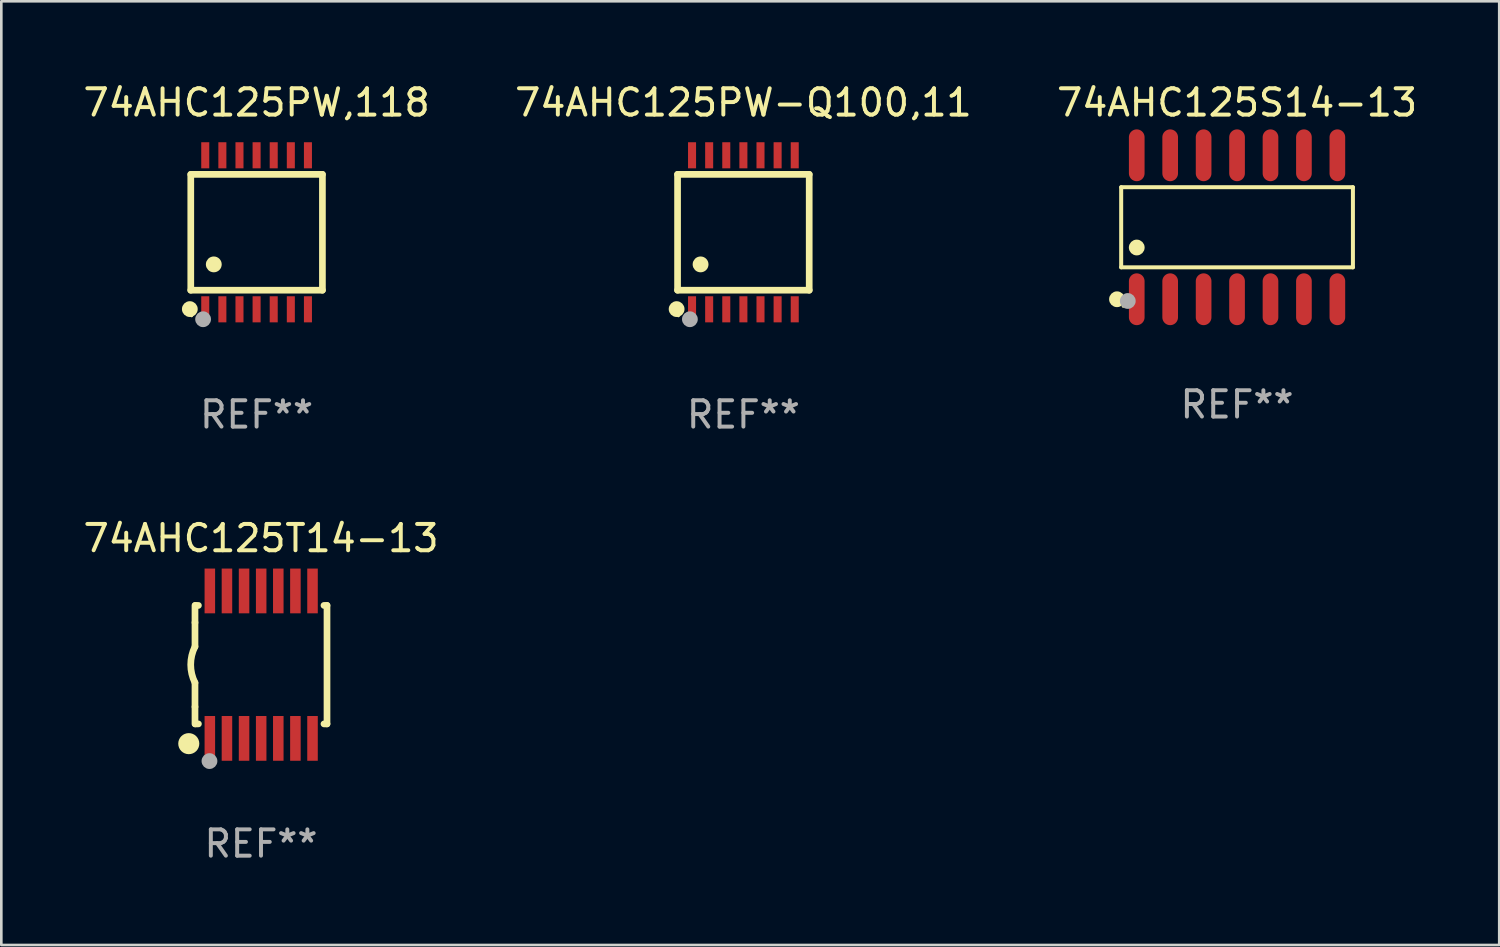
<source format=kicad_pcb>
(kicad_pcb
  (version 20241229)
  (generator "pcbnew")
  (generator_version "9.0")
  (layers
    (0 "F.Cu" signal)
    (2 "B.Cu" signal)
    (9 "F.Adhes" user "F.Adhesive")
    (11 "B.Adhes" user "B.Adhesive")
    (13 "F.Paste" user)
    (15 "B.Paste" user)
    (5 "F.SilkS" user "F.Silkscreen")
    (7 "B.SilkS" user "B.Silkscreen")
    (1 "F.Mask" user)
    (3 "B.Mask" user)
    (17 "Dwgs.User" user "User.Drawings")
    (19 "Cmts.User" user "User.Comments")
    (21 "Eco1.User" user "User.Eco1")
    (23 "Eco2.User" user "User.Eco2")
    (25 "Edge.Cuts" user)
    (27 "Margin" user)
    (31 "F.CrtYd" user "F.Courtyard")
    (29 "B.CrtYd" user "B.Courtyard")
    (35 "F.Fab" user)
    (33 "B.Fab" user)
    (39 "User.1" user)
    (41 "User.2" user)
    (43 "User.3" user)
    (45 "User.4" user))
  (footprint "74AHC125PW,118"
    (layer "F.Cu")
    (at 6.696 5.773)
    (property "Reference" "74AHC125PW,118" (at 0 -4.925 0) (layer "F.SilkS") (effects (font (size 1 1) (thickness 0.15))))
    (attr through_hole)
    (fp_line (start -2.5 2.2) (end -2.5 -2.2) (stroke (width 0.254) (type solid)) (layer "F.SilkS"))
    (fp_line (start -2.5 2.2) (end 2.5 2.2) (stroke (width 0.254) (type solid)) (layer "F.SilkS"))
    (fp_line (start 2.5 -2.2) (end -2.5 -2.2) (stroke (width 0.254) (type solid)) (layer "F.SilkS"))
    (fp_line (start 2.5 -2.2) (end 2.5 2.2) (stroke (width 0.254) (type solid)) (layer "F.SilkS"))
    (fp_circle (center -2.536 2.917) (end -2.386 2.917) (stroke (width 0.3) (type solid)) (fill no) (layer "F.SilkS"))
    (fp_circle (center -2.47 3.17) (end -2.44 3.17) (stroke (width 0.06) (type solid)) (fill no) (layer "F.SilkS"))
    (fp_circle (center -1.626 1.219) (end -1.475 1.219) (stroke (width 0.3) (type solid)) (fill no) (layer "F.SilkS"))
    (fp_circle (center -2.032 3.302) (end -1.882 3.302) (stroke (width 0.3) (type solid)) (fill no) (layer "F.Fab"))
    (fp_text user "REF**" (at 0 6.925 0) (layer "F.Fab") (effects (font (size 1 1) (thickness 0.15))))
    (pad "1" smd rect (at -1.95 2.925) (size 0.305 0.991) (layers "F.Cu" "F.Mask" "F.Paste"))
    (pad "2" smd rect (at -1.3 2.925) (size 0.305 0.991) (layers "F.Cu" "F.Mask" "F.Paste"))
    (pad "3" smd rect (at -0.65 2.925) (size 0.305 0.991) (layers "F.Cu" "F.Mask" "F.Paste"))
    (pad "4" smd rect (at 0 2.925) (size 0.305 0.991) (layers "F.Cu" "F.Mask" "F.Paste"))
    (pad "5" smd rect (at 0.65 2.925) (size 0.305 0.991) (layers "F.Cu" "F.Mask" "F.Paste"))
    (pad "6" smd rect (at 1.3 2.925) (size 0.305 0.991) (layers "F.Cu" "F.Mask" "F.Paste"))
    (pad "7" smd rect (at 1.95 2.925) (size 0.305 0.991) (layers "F.Cu" "F.Mask" "F.Paste"))
    (pad "8" smd rect (at 1.95 -2.925) (size 0.305 0.991) (layers "F.Cu" "F.Mask" "F.Paste"))
    (pad "9" smd rect (at 1.3 -2.925) (size 0.305 0.991) (layers "F.Cu" "F.Mask" "F.Paste"))
    (pad "10" smd rect (at 0.65 -2.925) (size 0.305 0.991) (layers "F.Cu" "F.Mask" "F.Paste"))
    (pad "11" smd rect (at 0 -2.925) (size 0.305 0.991) (layers "F.Cu" "F.Mask" "F.Paste"))
    (pad "12" smd rect (at -0.65 -2.925) (size 0.305 0.991) (layers "F.Cu" "F.Mask" "F.Paste"))
    (pad "13" smd rect (at -1.3 -2.925) (size 0.305 0.991) (layers "F.Cu" "F.Mask" "F.Paste"))
    (pad "14" smd rect (at -1.95 -2.925) (size 0.305 0.991) (layers "F.Cu" "F.Mask" "F.Paste")))
  (footprint "74AHC125PW-Q100,11"
    (layer "F.Cu")
    (at 25.185 5.773)
    (property "Reference" "74AHC125PW-Q100,11" (at 0 -4.925 0) (layer "F.SilkS") (effects (font (size 1 1) (thickness 0.15))))
    (attr through_hole)
    (fp_line (start -2.5 2.2) (end -2.5 -2.2) (stroke (width 0.254) (type solid)) (layer "F.SilkS"))
    (fp_line (start -2.5 2.2) (end 2.5 2.2) (stroke (width 0.254) (type solid)) (layer "F.SilkS"))
    (fp_line (start 2.5 -2.2) (end -2.5 -2.2) (stroke (width 0.254) (type solid)) (layer "F.SilkS"))
    (fp_line (start 2.5 -2.2) (end 2.5 2.2) (stroke (width 0.254) (type solid)) (layer "F.SilkS"))
    (fp_circle (center -2.536 2.917) (end -2.386 2.917) (stroke (width 0.3) (type solid)) (fill no) (layer "F.SilkS"))
    (fp_circle (center -2.47 3.17) (end -2.44 3.17) (stroke (width 0.06) (type solid)) (fill no) (layer "F.SilkS"))
    (fp_circle (center -1.626 1.219) (end -1.475 1.219) (stroke (width 0.3) (type solid)) (fill no) (layer "F.SilkS"))
    (fp_circle (center -2.032 3.302) (end -1.882 3.302) (stroke (width 0.3) (type solid)) (fill no) (layer "F.Fab"))
    (fp_text user "REF**" (at 0 6.925 0) (layer "F.Fab") (effects (font (size 1 1) (thickness 0.15))))
    (pad "1" smd rect (at -1.95 2.925) (size 0.305 0.991) (layers "F.Cu" "F.Mask" "F.Paste"))
    (pad "2" smd rect (at -1.3 2.925) (size 0.305 0.991) (layers "F.Cu" "F.Mask" "F.Paste"))
    (pad "3" smd rect (at -0.65 2.925) (size 0.305 0.991) (layers "F.Cu" "F.Mask" "F.Paste"))
    (pad "4" smd rect (at 0 2.925) (size 0.305 0.991) (layers "F.Cu" "F.Mask" "F.Paste"))
    (pad "5" smd rect (at 0.65 2.925) (size 0.305 0.991) (layers "F.Cu" "F.Mask" "F.Paste"))
    (pad "6" smd rect (at 1.3 2.925) (size 0.305 0.991) (layers "F.Cu" "F.Mask" "F.Paste"))
    (pad "7" smd rect (at 1.95 2.925) (size 0.305 0.991) (layers "F.Cu" "F.Mask" "F.Paste"))
    (pad "8" smd rect (at 1.95 -2.925) (size 0.305 0.991) (layers "F.Cu" "F.Mask" "F.Paste"))
    (pad "9" smd rect (at 1.3 -2.925) (size 0.305 0.991) (layers "F.Cu" "F.Mask" "F.Paste"))
    (pad "10" smd rect (at 0.65 -2.925) (size 0.305 0.991) (layers "F.Cu" "F.Mask" "F.Paste"))
    (pad "11" smd rect (at 0 -2.925) (size 0.305 0.991) (layers "F.Cu" "F.Mask" "F.Paste"))
    (pad "12" smd rect (at -0.65 -2.925) (size 0.305 0.991) (layers "F.Cu" "F.Mask" "F.Paste"))
    (pad "13" smd rect (at -1.3 -2.925) (size 0.305 0.991) (layers "F.Cu" "F.Mask" "F.Paste"))
    (pad "14" smd rect (at -1.95 -2.925) (size 0.305 0.991) (layers "F.Cu" "F.Mask" "F.Paste")))
  (footprint "74AHC125T14-13"
    (layer "F.Cu")
    (at 6.863 22.195)
    (property "Reference" "74AHC125T14-13" (at 0 -4.8 0) (layer "F.SilkS") (effects (font (size 1 1) (thickness 0.15))))
    (attr through_hole)
    (fp_line (start -2.507 -1.6) (end -2.507 -2.25) (stroke (width 0.254) (type solid)) (layer "F.SilkS"))
    (fp_line (start -2.507 -0.686) (end -2.507 -1.6) (stroke (width 0.254) (type solid)) (layer "F.SilkS"))
    (fp_line (start -2.507 1.6) (end -2.507 0.686) (stroke (width 0.254) (type solid)) (layer "F.SilkS"))
    (fp_line (start -2.507 1.6) (end -2.507 2.25) (stroke (width 0.254) (type solid)) (layer "F.SilkS"))
    (fp_line (start -2.493 -2.25) (end -2.377 -2.25) (stroke (width 0.254) (type solid)) (layer "F.SilkS"))
    (fp_line (start -2.377 2.25) (end -2.493 2.25) (stroke (width 0.254) (type solid)) (layer "F.SilkS"))
    (fp_line (start 2.392 -2.25) (end 2.507 -2.25) (stroke (width 0.254) (type solid)) (layer "F.SilkS"))
    (fp_line (start 2.507 -2.25) (end 2.507 2.25) (stroke (width 0.254) (type solid)) (layer "F.SilkS"))
    (fp_line (start 2.507 2.25) (end 2.392 2.25) (stroke (width 0.254) (type solid)) (layer "F.SilkS"))
    (fp_arc (start -2.507303 0.685802) (mid -2.669199 0) (end -2.507303 -0.685801) (stroke (width 0.254001) (type solid)) (layer "F.SilkS"))
    (fp_circle (center -2.743 3) (end -2.543 3) (stroke (width 0.4) (type solid)) (fill no) (layer "F.SilkS"))
    (fp_circle (center -2.493 3.2) (end -2.463 3.2) (stroke (width 0.06) (type solid)) (fill no) (layer "F.SilkS"))
    (fp_circle (center -1.957 3.662) (end -1.807 3.662) (stroke (width 0.3) (type solid)) (fill no) (layer "F.Fab"))
    (fp_text user "REF**" (at 0 6.8 0) (layer "F.Fab") (effects (font (size 1 1) (thickness 0.15))))
    (pad "1" smd rect (at -1.943 2.8) (size 0.4 1.7) (layers "F.Cu" "F.Mask" "F.Paste"))
    (pad "2" smd rect (at -1.293 2.8) (size 0.4 1.7) (layers "F.Cu" "F.Mask" "F.Paste"))
    (pad "3" smd rect (at -0.643 2.8) (size 0.4 1.7) (layers "F.Cu" "F.Mask" "F.Paste"))
    (pad "4" smd rect (at 0.007 2.8) (size 0.4 1.7) (layers "F.Cu" "F.Mask" "F.Paste"))
    (pad "5" smd rect (at 0.657 2.8) (size 0.4 1.7) (layers "F.Cu" "F.Mask" "F.Paste"))
    (pad "6" smd rect (at 1.307 2.8) (size 0.4 1.7) (layers "F.Cu" "F.Mask" "F.Paste"))
    (pad "7" smd rect (at 1.957 2.8) (size 0.4 1.7) (layers "F.Cu" "F.Mask" "F.Paste"))
    (pad "8" smd rect (at 1.957 -2.8) (size 0.4 1.7) (layers "F.Cu" "F.Mask" "F.Paste"))
    (pad "9" smd rect (at 1.307 -2.8) (size 0.4 1.7) (layers "F.Cu" "F.Mask" "F.Paste"))
    (pad "10" smd rect (at 0.657 -2.8) (size 0.4 1.7) (layers "F.Cu" "F.Mask" "F.Paste"))
    (pad "11" smd rect (at 0.007 -2.8) (size 0.4 1.7) (layers "F.Cu" "F.Mask" "F.Paste"))
    (pad "12" smd rect (at -0.643 -2.8) (size 0.4 1.7) (layers "F.Cu" "F.Mask" "F.Paste"))
    (pad "13" smd rect (at -1.293 -2.8) (size 0.4 1.7) (layers "F.Cu" "F.Mask" "F.Paste"))
    (pad "14" smd rect (at -1.943 -2.8) (size 0.4 1.7) (layers "F.Cu" "F.Mask" "F.Paste")))
  (footprint "74AHC125S14-13"
    (layer "F.Cu")
    (at 43.935 5.582)
    (property "Reference" "74AHC125S14-13" (at 0 -4.734 0) (layer "F.SilkS") (effects (font (size 1 1) (thickness 0.15))))
    (attr through_hole)
    (fp_line (start -4.401 -1.521) (end 4.401 -1.521) (stroke (width 0.152) (type solid)) (layer "F.SilkS"))
    (fp_line (start -4.401 1.521) (end -4.401 -1.521) (stroke (width 0.152) (type solid)) (layer "F.SilkS"))
    (fp_line (start 4.401 -1.521) (end 4.401 1.521) (stroke (width 0.152) (type solid)) (layer "F.SilkS"))
    (fp_line (start 4.401 1.521) (end -4.401 1.521) (stroke (width 0.152) (type solid)) (layer "F.SilkS"))
    (fp_circle (center -4.56 2.734) (end -4.41 2.734) (stroke (width 0.3) (type solid)) (fill no) (layer "F.SilkS"))
    (fp_circle (center -4.325 3) (end -4.295 3) (stroke (width 0.06) (type solid)) (fill no) (layer "F.SilkS"))
    (fp_circle (center -3.81 0.769) (end -3.66 0.769) (stroke (width 0.3) (type solid)) (fill no) (layer "F.SilkS"))
    (fp_circle (center -4.15 2.8) (end -4 2.8) (stroke (width 0.3) (type solid)) (fill no) (layer "F.Fab"))
    (fp_text user "REF**" (at 0 6.734 0) (layer "F.Fab") (effects (font (size 1 1) (thickness 0.15))))
    (pad "1" smd oval (at -3.81 2.734) (size 0.595 1.968) (layers "F.Cu" "F.Mask" "F.Paste"))
    (pad "2" smd oval (at -2.54 2.734) (size 0.595 1.968) (layers "F.Cu" "F.Mask" "F.Paste"))
    (pad "3" smd oval (at -1.27 2.734) (size 0.595 1.968) (layers "F.Cu" "F.Mask" "F.Paste"))
    (pad "4" smd oval (at 0 2.734) (size 0.595 1.968) (layers "F.Cu" "F.Mask" "F.Paste"))
    (pad "5" smd oval (at 1.27 2.734) (size 0.595 1.968) (layers "F.Cu" "F.Mask" "F.Paste"))
    (pad "6" smd oval (at 2.54 2.734) (size 0.595 1.968) (layers "F.Cu" "F.Mask" "F.Paste"))
    (pad "7" smd oval (at 3.81 2.734) (size 0.595 1.968) (layers "F.Cu" "F.Mask" "F.Paste"))
    (pad "8" smd oval (at 3.81 -2.734) (size 0.595 1.968) (layers "F.Cu" "F.Mask" "F.Paste"))
    (pad "9" smd oval (at 2.54 -2.734) (size 0.595 1.968) (layers "F.Cu" "F.Mask" "F.Paste"))
    (pad "10" smd oval (at 1.27 -2.734) (size 0.595 1.968) (layers "F.Cu" "F.Mask" "F.Paste"))
    (pad "11" smd oval (at 0 -2.734) (size 0.595 1.968) (layers "F.Cu" "F.Mask" "F.Paste"))
    (pad "12" smd oval (at -1.27 -2.734) (size 0.595 1.968) (layers "F.Cu" "F.Mask" "F.Paste"))
    (pad "13" smd oval (at -2.54 -2.734) (size 0.595 1.968) (layers "F.Cu" "F.Mask" "F.Paste"))
    (pad "14" smd oval (at -3.81 -2.734) (size 0.595 1.968) (layers "F.Cu" "F.Mask" "F.Paste")))
  (gr_rect
    (start -3 -3)
    (end 53.893 32.843)
    (stroke (width 0.1) (type default))
    (fill no)
    (layer "Edge.Cuts")))
</source>
